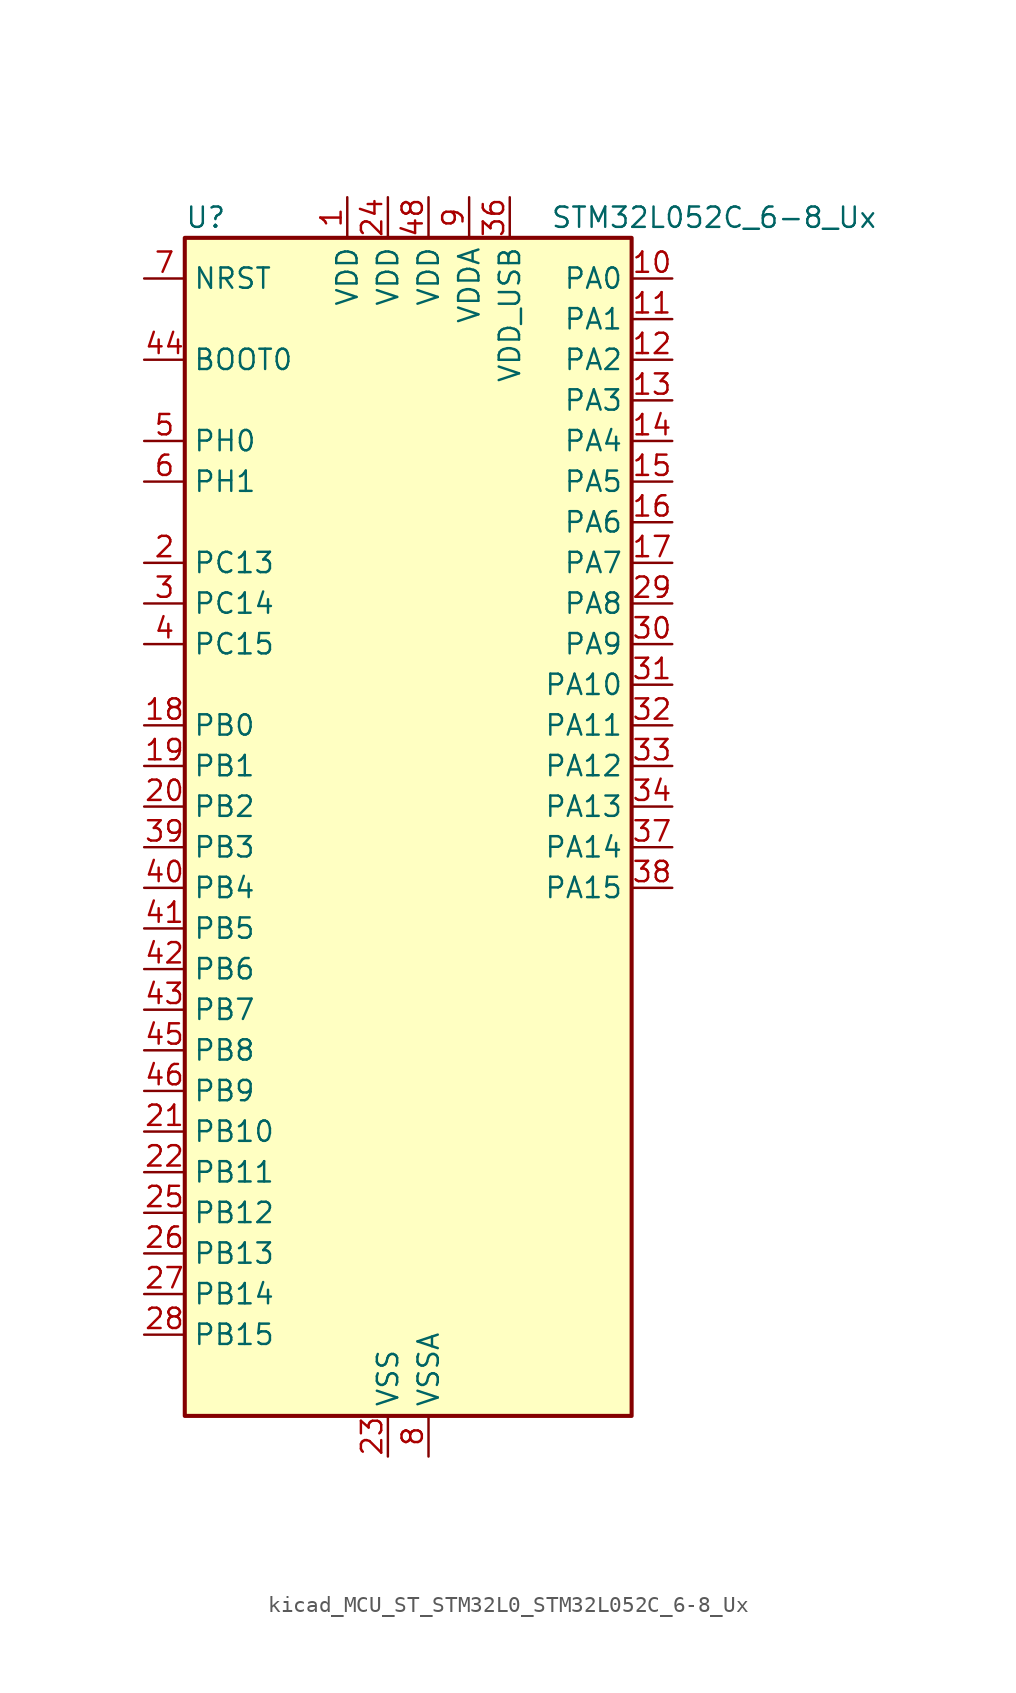
<source format=kicad_sym>
(kicad_symbol_lib
  (version 20220914)
  (generator kicad_symbol_editor)
  (symbol "kicad_MCU_ST_STM32L0_STM32L052C_6-8_Ux"
    (property "Reference" "U"
      (at -12.7 39.37 0)
      (effects (font (size 1.27 1.27)) (justify left)))
    (property "Value" "STM32L052C_6-8_Ux"
      (at 10.16 39.37 0)
      (effects (font (size 1.27 1.27)) (justify left)))
    (property "ki_locked" ""
      (at 0 0 0)
      (effects (font (size 1.27 1.27))))
    (symbol "kicad_MCU_ST_STM32L0_STM32L052C_6-8_Ux_0_1"
      (rectangle (start -12.7 -35.56) (end 15.24 38.1) (stroke (width 0.254) (type default)) (fill (type background))))
    (symbol "kicad_MCU_ST_STM32L0_STM32L052C_6-8_Ux_1_1"
      (pin power_in line (at -2.54 40.64 270) (length 2.54) (name "VDD" (effects (font (size 1.27 1.27)))) (number "1" (effects (font (size 1.27 1.27)))))
      (pin bidirectional line (at 17.78 35.56 180) (length 2.54) (name "PA0" (effects (font (size 1.27 1.27)))) (number "10" (effects (font (size 1.27 1.27)))) (alternate "ADC_IN0" bidirectional line) (alternate "COMP1_INM" bidirectional line) (alternate "COMP1_OUT" bidirectional line) (alternate "RTC_TAMP2" bidirectional line) (alternate "SYS_WKUP1" bidirectional line) (alternate "TIM2_CH1" bidirectional line) (alternate "TIM2_ETR" bidirectional line) (alternate "TSC_G1_IO1" bidirectional line) (alternate "USART2_CTS" bidirectional line))
      (pin bidirectional line (at 17.78 33.02 180) (length 2.54) (name "PA1" (effects (font (size 1.27 1.27)))) (number "11" (effects (font (size 1.27 1.27)))) (alternate "ADC_IN1" bidirectional line) (alternate "COMP1_INP" bidirectional line) (alternate "TIM21_ETR" bidirectional line) (alternate "TIM2_CH2" bidirectional line) (alternate "TSC_G1_IO2" bidirectional line) (alternate "USART2_DE" bidirectional line) (alternate "USART2_RTS" bidirectional line))
      (pin bidirectional line (at 17.78 30.48 180) (length 2.54) (name "PA2" (effects (font (size 1.27 1.27)))) (number "12" (effects (font (size 1.27 1.27)))) (alternate "ADC_IN2" bidirectional line) (alternate "COMP2_INM" bidirectional line) (alternate "COMP2_OUT" bidirectional line) (alternate "TIM21_CH1" bidirectional line) (alternate "TIM2_CH3" bidirectional line) (alternate "TSC_G1_IO3" bidirectional line) (alternate "USART2_TX" bidirectional line))
      (pin bidirectional line (at 17.78 27.94 180) (length 2.54) (name "PA3" (effects (font (size 1.27 1.27)))) (number "13" (effects (font (size 1.27 1.27)))) (alternate "ADC_IN3" bidirectional line) (alternate "COMP2_INP" bidirectional line) (alternate "TIM21_CH2" bidirectional line) (alternate "TIM2_CH4" bidirectional line) (alternate "TSC_G1_IO4" bidirectional line) (alternate "USART2_RX" bidirectional line))
      (pin bidirectional line (at 17.78 25.4 180) (length 2.54) (name "PA4" (effects (font (size 1.27 1.27)))) (number "14" (effects (font (size 1.27 1.27)))) (alternate "ADC_IN4" bidirectional line) (alternate "COMP1_INM" bidirectional line) (alternate "COMP2_INM" bidirectional line) (alternate "DAC_OUT1" bidirectional line) (alternate "SPI1_NSS" bidirectional line) (alternate "TIM22_ETR" bidirectional line) (alternate "TSC_G2_IO1" bidirectional line) (alternate "USART2_CK" bidirectional line))
      (pin bidirectional line (at 17.78 22.86 180) (length 2.54) (name "PA5" (effects (font (size 1.27 1.27)))) (number "15" (effects (font (size 1.27 1.27)))) (alternate "ADC_IN5" bidirectional line) (alternate "COMP1_INM" bidirectional line) (alternate "COMP2_INM" bidirectional line) (alternate "SPI1_SCK" bidirectional line) (alternate "TIM2_CH1" bidirectional line) (alternate "TIM2_ETR" bidirectional line) (alternate "TSC_G2_IO2" bidirectional line))
      (pin bidirectional line (at 17.78 20.32 180) (length 2.54) (name "PA6" (effects (font (size 1.27 1.27)))) (number "16" (effects (font (size 1.27 1.27)))) (alternate "ADC_IN6" bidirectional line) (alternate "COMP1_OUT" bidirectional line) (alternate "LPUART1_CTS" bidirectional line) (alternate "SPI1_MISO" bidirectional line) (alternate "TIM22_CH1" bidirectional line) (alternate "TSC_G2_IO3" bidirectional line))
      (pin bidirectional line (at 17.78 17.78 180) (length 2.54) (name "PA7" (effects (font (size 1.27 1.27)))) (number "17" (effects (font (size 1.27 1.27)))) (alternate "ADC_IN7" bidirectional line) (alternate "COMP2_OUT" bidirectional line) (alternate "SPI1_MOSI" bidirectional line) (alternate "TIM22_CH2" bidirectional line) (alternate "TSC_G2_IO4" bidirectional line))
      (pin bidirectional line (at -15.24 7.62 0) (length 2.54) (name "PB0" (effects (font (size 1.27 1.27)))) (number "18" (effects (font (size 1.27 1.27)))) (alternate "ADC_IN8" bidirectional line) (alternate "SYS_VREF_OUT_PB0" bidirectional line) (alternate "TSC_G3_IO2" bidirectional line))
      (pin bidirectional line (at -15.24 5.08 0) (length 2.54) (name "PB1" (effects (font (size 1.27 1.27)))) (number "19" (effects (font (size 1.27 1.27)))) (alternate "ADC_IN9" bidirectional line) (alternate "LPUART1_DE" bidirectional line) (alternate "LPUART1_RTS" bidirectional line) (alternate "SYS_VREF_OUT_PB1" bidirectional line) (alternate "TSC_G3_IO3" bidirectional line))
      (pin bidirectional line (at -15.24 17.78 0) (length 2.54) (name "PC13" (effects (font (size 1.27 1.27)))) (number "2" (effects (font (size 1.27 1.27)))) (alternate "RTC_OUT_ALARM" bidirectional line) (alternate "RTC_OUT_CALIB" bidirectional line) (alternate "RTC_TAMP1" bidirectional line) (alternate "RTC_TS" bidirectional line) (alternate "SYS_WKUP2" bidirectional line))
      (pin bidirectional line (at -15.24 2.54 0) (length 2.54) (name "PB2" (effects (font (size 1.27 1.27)))) (number "20" (effects (font (size 1.27 1.27)))) (alternate "LPTIM1_OUT" bidirectional line) (alternate "TSC_G3_IO4" bidirectional line))
      (pin bidirectional line (at -15.24 -17.78 0) (length 2.54) (name "PB10" (effects (font (size 1.27 1.27)))) (number "21" (effects (font (size 1.27 1.27)))) (alternate "I2C2_SCL" bidirectional line) (alternate "LPUART1_TX" bidirectional line) (alternate "SPI2_SCK" bidirectional line) (alternate "TIM2_CH3" bidirectional line) (alternate "TSC_SYNC" bidirectional line))
      (pin bidirectional line (at -15.24 -20.32 0) (length 2.54) (name "PB11" (effects (font (size 1.27 1.27)))) (number "22" (effects (font (size 1.27 1.27)))) (alternate "ADC_EXTI11" bidirectional line) (alternate "I2C2_SDA" bidirectional line) (alternate "LPUART1_RX" bidirectional line) (alternate "TIM2_CH4" bidirectional line) (alternate "TSC_G6_IO1" bidirectional line))
      (pin power_in line (at 0 -38.1 90) (length 2.54) (name "VSS" (effects (font (size 1.27 1.27)))) (number "23" (effects (font (size 1.27 1.27)))))
      (pin power_in line (at 0 40.64 270) (length 2.54) (name "VDD" (effects (font (size 1.27 1.27)))) (number "24" (effects (font (size 1.27 1.27)))))
      (pin bidirectional line (at -15.24 -22.86 0) (length 2.54) (name "PB12" (effects (font (size 1.27 1.27)))) (number "25" (effects (font (size 1.27 1.27)))) (alternate "I2S2_WS" bidirectional line) (alternate "LPUART1_DE" bidirectional line) (alternate "LPUART1_RTS" bidirectional line) (alternate "SPI2_NSS" bidirectional line) (alternate "TSC_G6_IO2" bidirectional line))
      (pin bidirectional line (at -15.24 -25.4 0) (length 2.54) (name "PB13" (effects (font (size 1.27 1.27)))) (number "26" (effects (font (size 1.27 1.27)))) (alternate "I2C2_SCL" bidirectional line) (alternate "I2S2_CK" bidirectional line) (alternate "LPUART1_CTS" bidirectional line) (alternate "SPI2_SCK" bidirectional line) (alternate "TIM21_CH1" bidirectional line) (alternate "TSC_G6_IO3" bidirectional line))
      (pin bidirectional line (at -15.24 -27.94 0) (length 2.54) (name "PB14" (effects (font (size 1.27 1.27)))) (number "27" (effects (font (size 1.27 1.27)))) (alternate "I2C2_SDA" bidirectional line) (alternate "I2S2_MCK" bidirectional line) (alternate "LPUART1_DE" bidirectional line) (alternate "LPUART1_RTS" bidirectional line) (alternate "RTC_OUT_ALARM" bidirectional line) (alternate "RTC_OUT_CALIB" bidirectional line) (alternate "SPI2_MISO" bidirectional line) (alternate "TIM21_CH2" bidirectional line) (alternate "TSC_G6_IO4" bidirectional line))
      (pin bidirectional line (at -15.24 -30.48 0) (length 2.54) (name "PB15" (effects (font (size 1.27 1.27)))) (number "28" (effects (font (size 1.27 1.27)))) (alternate "I2S2_SD" bidirectional line) (alternate "RTC_REFIN" bidirectional line) (alternate "SPI2_MOSI" bidirectional line))
      (pin bidirectional line (at 17.78 15.24 180) (length 2.54) (name "PA8" (effects (font (size 1.27 1.27)))) (number "29" (effects (font (size 1.27 1.27)))) (alternate "CRS_SYNC" bidirectional line) (alternate "RCC_MCO" bidirectional line) (alternate "USART1_CK" bidirectional line))
      (pin bidirectional line (at -15.24 15.24 0) (length 2.54) (name "PC14" (effects (font (size 1.27 1.27)))) (number "3" (effects (font (size 1.27 1.27)))) (alternate "RCC_OSC32_IN" bidirectional line))
      (pin bidirectional line (at 17.78 12.7 180) (length 2.54) (name "PA9" (effects (font (size 1.27 1.27)))) (number "30" (effects (font (size 1.27 1.27)))) (alternate "DAC_EXTI9" bidirectional line) (alternate "RCC_MCO" bidirectional line) (alternate "TSC_G4_IO1" bidirectional line) (alternate "USART1_TX" bidirectional line))
      (pin bidirectional line (at 17.78 10.16 180) (length 2.54) (name "PA10" (effects (font (size 1.27 1.27)))) (number "31" (effects (font (size 1.27 1.27)))) (alternate "TSC_G4_IO2" bidirectional line) (alternate "USART1_RX" bidirectional line))
      (pin bidirectional line (at 17.78 7.62 180) (length 2.54) (name "PA11" (effects (font (size 1.27 1.27)))) (number "32" (effects (font (size 1.27 1.27)))) (alternate "ADC_EXTI11" bidirectional line) (alternate "COMP1_OUT" bidirectional line) (alternate "SPI1_MISO" bidirectional line) (alternate "TSC_G4_IO3" bidirectional line) (alternate "USART1_CTS" bidirectional line) (alternate "USB_DM" bidirectional line))
      (pin bidirectional line (at 17.78 5.08 180) (length 2.54) (name "PA12" (effects (font (size 1.27 1.27)))) (number "33" (effects (font (size 1.27 1.27)))) (alternate "COMP2_OUT" bidirectional line) (alternate "SPI1_MOSI" bidirectional line) (alternate "TSC_G4_IO4" bidirectional line) (alternate "USART1_DE" bidirectional line) (alternate "USART1_RTS" bidirectional line) (alternate "USB_DP" bidirectional line))
      (pin bidirectional line (at 17.78 2.54 180) (length 2.54) (name "PA13" (effects (font (size 1.27 1.27)))) (number "34" (effects (font (size 1.27 1.27)))) (alternate "SYS_SWDIO" bidirectional line) (alternate "USB_NOE" bidirectional line))
      (pin passive line (at 0 -38.1 90) (length 2.54) hide (name "VSS" (effects (font (size 1.27 1.27)))) (number "35" (effects (font (size 1.27 1.27)))))
      (pin power_in line (at 7.62 40.64 270) (length 2.54) (name "VDD_USB" (effects (font (size 1.27 1.27)))) (number "36" (effects (font (size 1.27 1.27)))))
      (pin bidirectional line (at 17.78 0 180) (length 2.54) (name "PA14" (effects (font (size 1.27 1.27)))) (number "37" (effects (font (size 1.27 1.27)))) (alternate "SYS_SWCLK" bidirectional line) (alternate "USART2_TX" bidirectional line))
      (pin bidirectional line (at 17.78 -2.54 180) (length 2.54) (name "PA15" (effects (font (size 1.27 1.27)))) (number "38" (effects (font (size 1.27 1.27)))) (alternate "SPI1_NSS" bidirectional line) (alternate "TIM2_CH1" bidirectional line) (alternate "TIM2_ETR" bidirectional line) (alternate "USART2_RX" bidirectional line))
      (pin bidirectional line (at -15.24 0 0) (length 2.54) (name "PB3" (effects (font (size 1.27 1.27)))) (number "39" (effects (font (size 1.27 1.27)))) (alternate "COMP2_INM" bidirectional line) (alternate "SPI1_SCK" bidirectional line) (alternate "TIM2_CH2" bidirectional line) (alternate "TSC_G5_IO1" bidirectional line))
      (pin bidirectional line (at -15.24 12.7 0) (length 2.54) (name "PC15" (effects (font (size 1.27 1.27)))) (number "4" (effects (font (size 1.27 1.27)))) (alternate "RCC_OSC32_OUT" bidirectional line))
      (pin bidirectional line (at -15.24 -2.54 0) (length 2.54) (name "PB4" (effects (font (size 1.27 1.27)))) (number "40" (effects (font (size 1.27 1.27)))) (alternate "COMP2_INP" bidirectional line) (alternate "SPI1_MISO" bidirectional line) (alternate "TIM22_CH1" bidirectional line) (alternate "TSC_G5_IO2" bidirectional line))
      (pin bidirectional line (at -15.24 -5.08 0) (length 2.54) (name "PB5" (effects (font (size 1.27 1.27)))) (number "41" (effects (font (size 1.27 1.27)))) (alternate "COMP2_INP" bidirectional line) (alternate "I2C1_SMBA" bidirectional line) (alternate "LPTIM1_IN1" bidirectional line) (alternate "SPI1_MOSI" bidirectional line) (alternate "TIM22_CH2" bidirectional line))
      (pin bidirectional line (at -15.24 -7.62 0) (length 2.54) (name "PB6" (effects (font (size 1.27 1.27)))) (number "42" (effects (font (size 1.27 1.27)))) (alternate "COMP2_INP" bidirectional line) (alternate "I2C1_SCL" bidirectional line) (alternate "LPTIM1_ETR" bidirectional line) (alternate "TSC_G5_IO3" bidirectional line) (alternate "USART1_TX" bidirectional line))
      (pin bidirectional line (at -15.24 -10.16 0) (length 2.54) (name "PB7" (effects (font (size 1.27 1.27)))) (number "43" (effects (font (size 1.27 1.27)))) (alternate "COMP2_INP" bidirectional line) (alternate "I2C1_SDA" bidirectional line) (alternate "LPTIM1_IN2" bidirectional line) (alternate "SYS_PVD_IN" bidirectional line) (alternate "TSC_G5_IO4" bidirectional line) (alternate "USART1_RX" bidirectional line))
      (pin input line (at -15.24 30.48 0) (length 2.54) (name "BOOT0" (effects (font (size 1.27 1.27)))) (number "44" (effects (font (size 1.27 1.27)))))
      (pin bidirectional line (at -15.24 -12.7 0) (length 2.54) (name "PB8" (effects (font (size 1.27 1.27)))) (number "45" (effects (font (size 1.27 1.27)))) (alternate "I2C1_SCL" bidirectional line) (alternate "TSC_SYNC" bidirectional line))
      (pin bidirectional line (at -15.24 -15.24 0) (length 2.54) (name "PB9" (effects (font (size 1.27 1.27)))) (number "46" (effects (font (size 1.27 1.27)))) (alternate "DAC_EXTI9" bidirectional line) (alternate "I2C1_SDA" bidirectional line) (alternate "I2S2_WS" bidirectional line) (alternate "SPI2_NSS" bidirectional line))
      (pin passive line (at 0 -38.1 90) (length 2.54) hide (name "VSS" (effects (font (size 1.27 1.27)))) (number "47" (effects (font (size 1.27 1.27)))))
      (pin power_in line (at 2.54 40.64 270) (length 2.54) (name "VDD" (effects (font (size 1.27 1.27)))) (number "48" (effects (font (size 1.27 1.27)))))
      (pin passive line (at 0 -38.1 90) (length 2.54) hide (name "VSS" (effects (font (size 1.27 1.27)))) (number "49" (effects (font (size 1.27 1.27)))))
      (pin bidirectional line (at -15.24 25.4 0) (length 2.54) (name "PH0" (effects (font (size 1.27 1.27)))) (number "5" (effects (font (size 1.27 1.27)))) (alternate "CRS_SYNC" bidirectional line) (alternate "RCC_OSC_IN" bidirectional line))
      (pin bidirectional line (at -15.24 22.86 0) (length 2.54) (name "PH1" (effects (font (size 1.27 1.27)))) (number "6" (effects (font (size 1.27 1.27)))) (alternate "RCC_OSC_OUT" bidirectional line))
      (pin input line (at -15.24 35.56 0) (length 2.54) (name "NRST" (effects (font (size 1.27 1.27)))) (number "7" (effects (font (size 1.27 1.27)))))
      (pin power_in line (at 2.54 -38.1 90) (length 2.54) (name "VSSA" (effects (font (size 1.27 1.27)))) (number "8" (effects (font (size 1.27 1.27)))))
      (pin power_in line (at 5.08 40.64 270) (length 2.54) (name "VDDA" (effects (font (size 1.27 1.27)))) (number "9" (effects (font (size 1.27 1.27))))))))
</source>
